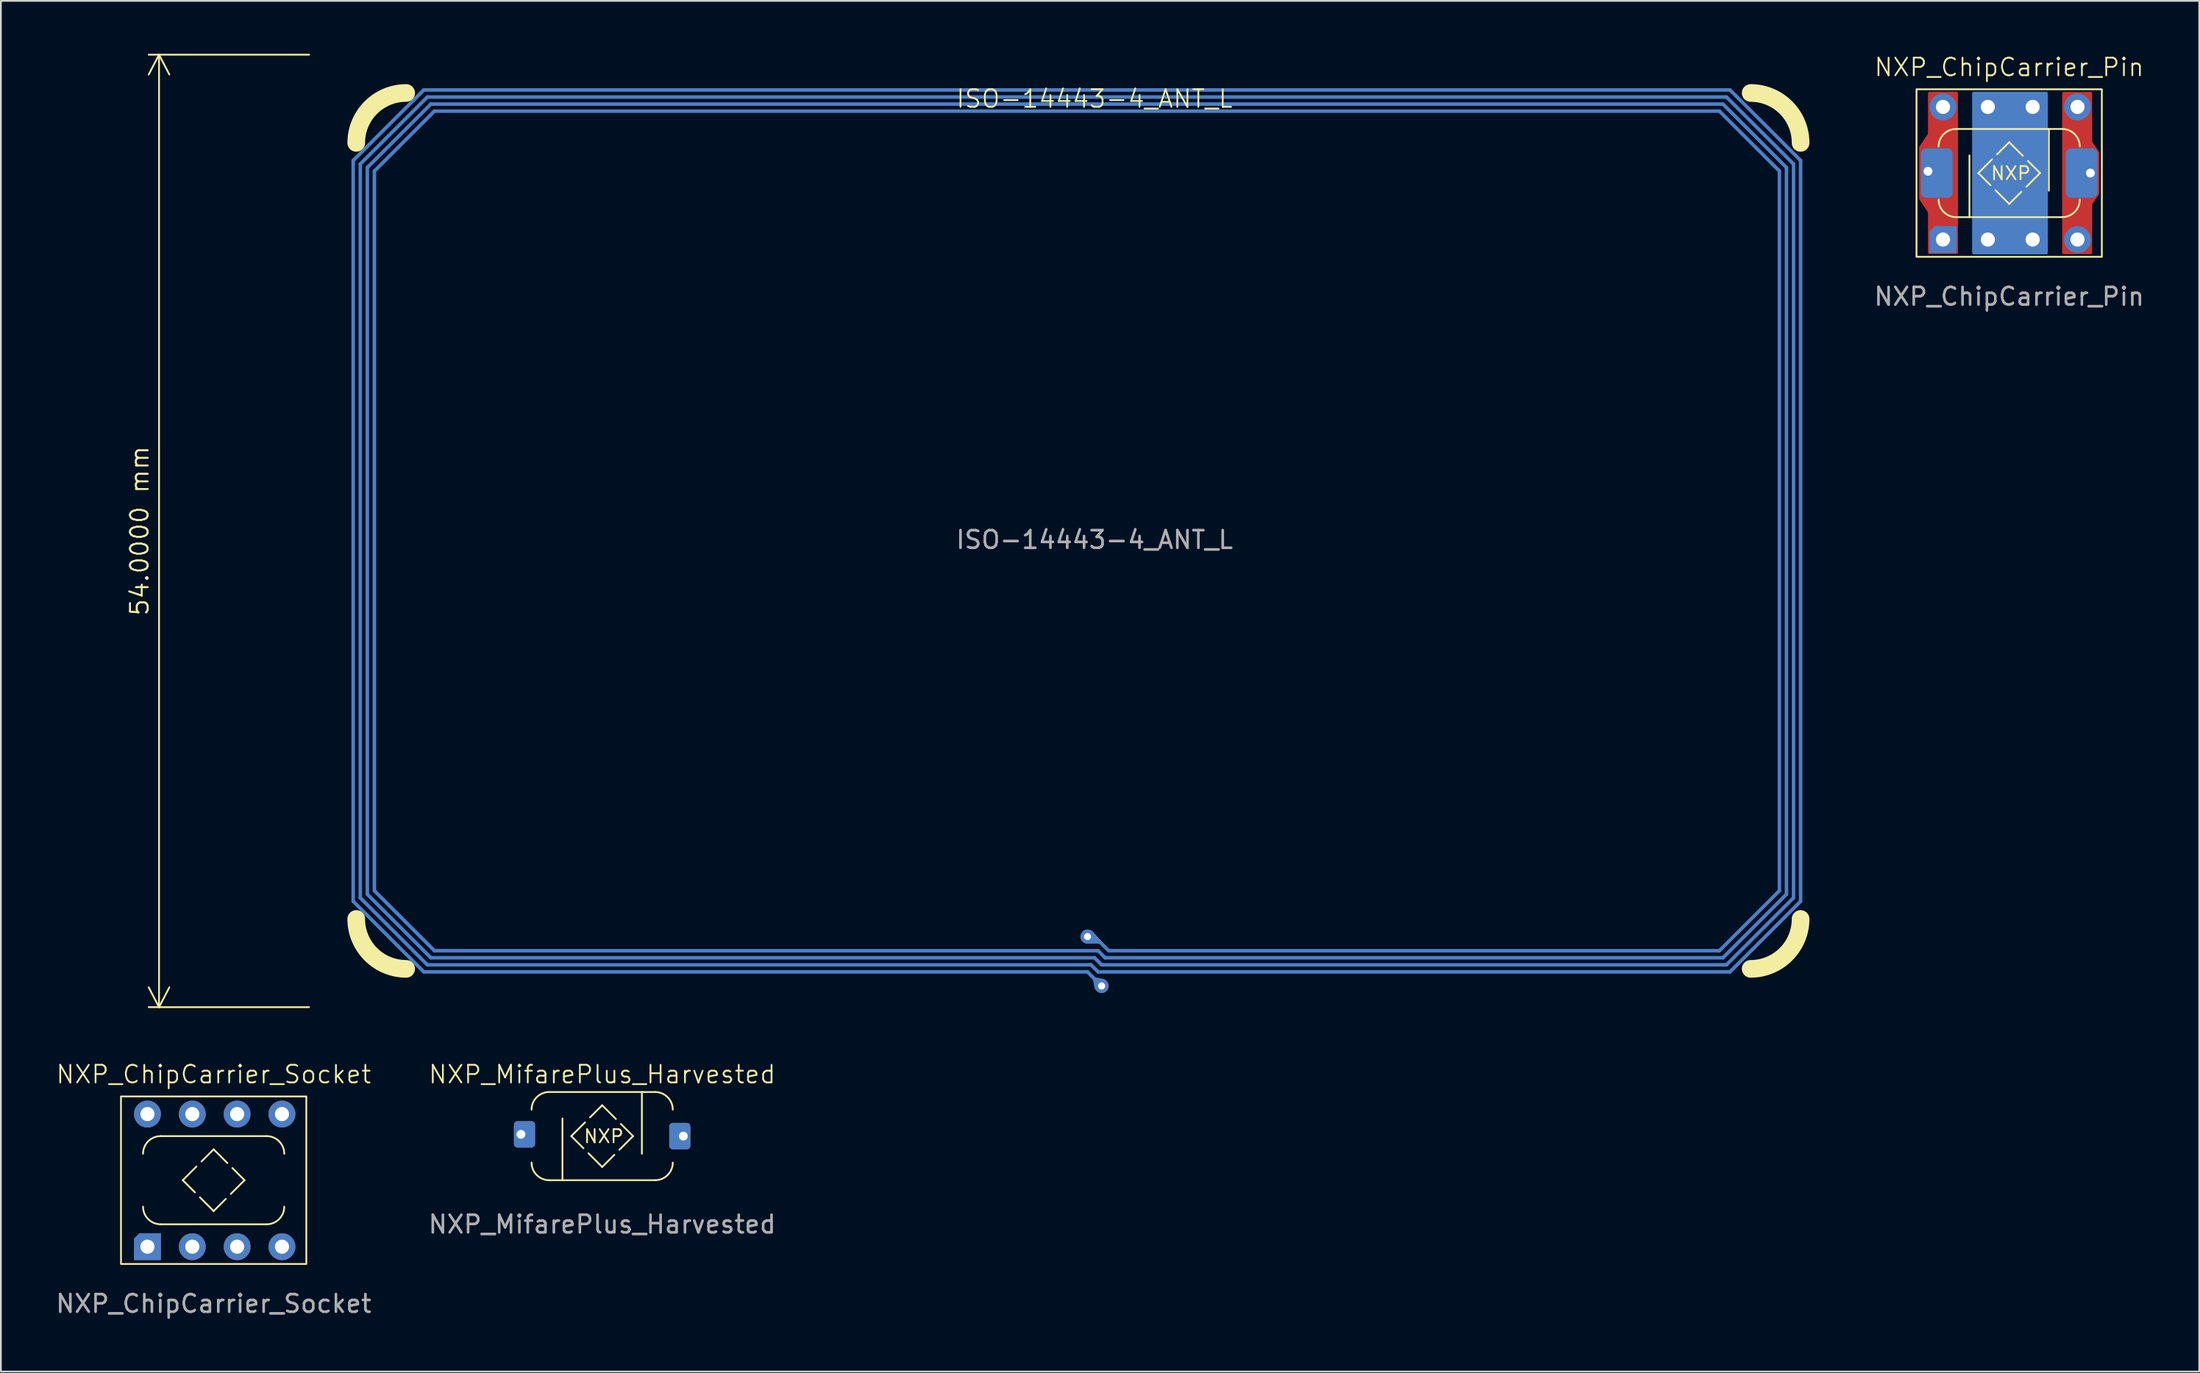
<source format=kicad_pcb>
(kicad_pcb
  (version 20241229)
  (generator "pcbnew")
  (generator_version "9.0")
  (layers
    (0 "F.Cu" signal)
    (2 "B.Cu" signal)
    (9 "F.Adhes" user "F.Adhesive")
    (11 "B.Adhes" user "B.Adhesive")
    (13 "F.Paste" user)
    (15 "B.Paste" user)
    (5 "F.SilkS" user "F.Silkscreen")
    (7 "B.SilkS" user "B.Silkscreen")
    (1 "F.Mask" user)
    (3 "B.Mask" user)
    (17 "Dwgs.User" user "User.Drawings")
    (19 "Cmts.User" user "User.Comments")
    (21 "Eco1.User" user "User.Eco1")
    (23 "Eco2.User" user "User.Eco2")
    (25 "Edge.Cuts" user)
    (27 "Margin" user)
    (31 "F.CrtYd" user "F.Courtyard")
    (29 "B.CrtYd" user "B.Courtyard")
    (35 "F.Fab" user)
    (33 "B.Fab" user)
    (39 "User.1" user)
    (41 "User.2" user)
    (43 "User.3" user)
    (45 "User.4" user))
  (footprint "NXP_ChipCarrier_Socket"
    (layer "F.Cu")
    (at 9.054 63.861)
    (property "Reference" "NXP_ChipCarrier_Socket" (at 0 -6 0) (unlocked yes) (layer "F.SilkS") (effects (font (size 1 1) (thickness 0.1))))
    (fp_line (start -3 2.5) (end 3 2.5) (stroke (width 0.1) (type default)) (layer "F.SilkS"))
    (fp_line (start 3 -2.5) (end -3 -2.5) (stroke (width 0.1) (type default)) (layer "F.SilkS"))
    (fp_rect (start -5.25 -4.75) (end 5.25 4.75) (stroke (width 0.1) (type default)) (fill no) (layer "F.SilkS"))
    (fp_arc (start -4 -1.5) (mid -3.707107 -2.207107) (end -3 -2.5) (stroke (width 0.1) (type default)) (layer "F.SilkS"))
    (fp_arc (start -3 2.5) (mid -3.707107 2.207107) (end -4 1.5) (stroke (width 0.1) (type default)) (layer "F.SilkS"))
    (fp_arc (start 3 -2.5) (mid 3.707107 -2.207107) (end 4 -1.5) (stroke (width 0.1) (type default)) (layer "F.SilkS"))
    (fp_arc (start 4 1.5) (mid 3.707107 2.207107) (end 3 2.5) (stroke (width 0.1) (type default)) (layer "F.SilkS"))
    (fp_poly (pts (xy -1.75 0) (xy 0 -1.75) (xy 1.75 0) (xy 0 1.75)) (stroke (width 0.1) (type dash)) (fill no) (layer "F.SilkS"))
    (fp_text user "${REFERENCE}" (at 0 7 0) (unlocked yes) (layer "F.Fab") (effects (font (size 1 1) (thickness 0.15))))
    (pad "1" thru_hole roundrect (at -3.75 3.77) (size 1.524 1.524) (drill 0.8) (layers "*.Cu" "*.Mask") (roundrect_rratio 0) (chamfer_ratio 0.2) (chamfer top_left))
    (pad "2" thru_hole circle (at -1.21 3.77) (size 1.524 1.524) (drill 0.8) (layers "*.Cu" "*.Mask"))
    (pad "3" thru_hole circle (at 1.33 3.77) (size 1.524 1.524) (drill 0.8) (layers "*.Cu" "*.Mask"))
    (pad "4" thru_hole circle (at 3.87 3.77) (size 1.524 1.524) (drill 0.8) (layers "*.Cu" "*.Mask"))
    (pad "5" thru_hole circle (at 3.87 -3.75) (size 1.524 1.524) (drill 0.8) (layers "*.Cu" "*.Mask"))
    (pad "6" thru_hole circle (at 1.33 -3.75) (size 1.524 1.524) (drill 0.8) (layers "*.Cu" "*.Mask"))
    (pad "7" thru_hole circle (at -1.21 -3.75) (size 1.524 1.524) (drill 0.8) (layers "*.Cu" "*.Mask"))
    (pad "8" thru_hole circle (at -3.75 -3.75) (size 1.524 1.524) (drill 0.8) (layers "*.Cu" "*.Mask")))
  (footprint "ISO-14443-4_ANT_L"
    (layer "F.Cu")
    (at 58.96 25.05)
    (property "Reference" "ISO-14443-4_ANT_L" (at 0 -22.5 0) (unlocked yes) (layer "F.SilkS") (effects (font (size 1 1) (thickness 0.1))))
    (attr smd)
    (fp_line (start -42 -19) (end -38 -23) (stroke (width 0.2) (type default)) (layer "B.Cu"))
    (fp_line (start -42 23) (end -42 -19) (stroke (width 0.2) (type default)) (layer "B.Cu"))
    (fp_line (start -41.6 -18.8) (end -37.8 -22.6) (stroke (width 0.2) (type default)) (layer "B.Cu"))
    (fp_line (start -41.6 22.8) (end -41.6 -18.8) (stroke (width 0.2) (type default)) (layer "B.Cu"))
    (fp_line (start -41.2 -18.6) (end -37.6 -22.2) (stroke (width 0.2) (type default)) (layer "B.Cu"))
    (fp_line (start -41.2 22.6) (end -41.2 -18.6) (stroke (width 0.2) (type default)) (layer "B.Cu"))
    (fp_line (start -40.8 -18.4) (end -37.4 -21.8) (stroke (width 0.2) (type default)) (layer "B.Cu"))
    (fp_line (start -40.8 22.4) (end -40.8 -18.4) (stroke (width 0.2) (type default)) (layer "B.Cu"))
    (fp_line (start -38 -23) (end 36 -23) (stroke (width 0.2) (type default)) (layer "B.Cu"))
    (fp_line (start -38 27) (end -42 23) (stroke (width 0.2) (type default)) (layer "B.Cu"))
    (fp_line (start -37.8 -22.6) (end 35.8 -22.6) (stroke (width 0.2) (type default)) (layer "B.Cu"))
    (fp_line (start -37.8 26.6) (end -41.6 22.8) (stroke (width 0.2) (type default)) (layer "B.Cu"))
    (fp_line (start -37.6 -22.2) (end 35.6 -22.2) (stroke (width 0.2) (type default)) (layer "B.Cu"))
    (fp_line (start -37.6 26.2) (end -41.2 22.6) (stroke (width 0.2) (type default)) (layer "B.Cu"))
    (fp_line (start -37.4 -21.8) (end 35.4 -21.8) (stroke (width 0.2) (type default)) (layer "B.Cu"))
    (fp_line (start -37.4 25.8) (end -40.8 22.4) (stroke (width 0.2) (type default)) (layer "B.Cu"))
    (fp_line (start -0.4 27) (end -38 27) (stroke (width 0.2) (type default)) (layer "B.Cu"))
    (fp_line (start -0.2 26.6) (end -37.8 26.6) (stroke (width 0.2) (type default)) (layer "B.Cu"))
    (fp_line (start 0 26.2) (end -37.6 26.2) (stroke (width 0.2) (type default)) (layer "B.Cu"))
    (fp_line (start 0.2 25.8) (end -37.4 25.8) (stroke (width 0.2) (type default)) (layer "B.Cu"))
    (fp_line (start 0.2 27) (end -0.2 26.6) (stroke (width 0.2) (type default)) (layer "B.Cu"))
    (fp_line (start 0.4 26.6) (end 0 26.2) (stroke (width 0.2) (type default)) (layer "B.Cu"))
    (fp_line (start 0.4 27.8) (end -0.4 27) (stroke (width 0.2) (type default)) (layer "B.Cu"))
    (fp_line (start 0.6 26.2) (end 0.2 25.8) (stroke (width 0.2) (type default)) (layer "B.Cu"))
    (fp_line (start 0.8 25.8) (end 0 25) (stroke (width 0.2) (type default)) (layer "B.Cu"))
    (fp_line (start 35.4 -21.8) (end 38.8 -18.4) (stroke (width 0.2) (type default)) (layer "B.Cu"))
    (fp_line (start 35.4 25.8) (end 0.8 25.8) (stroke (width 0.2) (type default)) (layer "B.Cu"))
    (fp_line (start 35.6 -22.2) (end 39.2 -18.6) (stroke (width 0.2) (type default)) (layer "B.Cu"))
    (fp_line (start 35.6 26.2) (end 0.6 26.2) (stroke (width 0.2) (type default)) (layer "B.Cu"))
    (fp_line (start 35.8 -22.6) (end 39.6 -18.8) (stroke (width 0.2) (type default)) (layer "B.Cu"))
    (fp_line (start 35.8 26.6) (end 0.4 26.6) (stroke (width 0.2) (type default)) (layer "B.Cu"))
    (fp_line (start 36 -23) (end 40 -19) (stroke (width 0.2) (type default)) (layer "B.Cu"))
    (fp_line (start 36 27) (end 0.2 27) (stroke (width 0.2) (type default)) (layer "B.Cu"))
    (fp_line (start 38.8 -18.4) (end 38.8 22.4) (stroke (width 0.2) (type default)) (layer "B.Cu"))
    (fp_line (start 38.8 22.4) (end 35.4 25.8) (stroke (width 0.2) (type default)) (layer "B.Cu"))
    (fp_line (start 39.2 -18.6) (end 39.2 22.6) (stroke (width 0.2) (type default)) (layer "B.Cu"))
    (fp_line (start 39.2 22.6) (end 35.6 26.2) (stroke (width 0.2) (type default)) (layer "B.Cu"))
    (fp_line (start 39.6 -18.8) (end 39.6 22.8) (stroke (width 0.2) (type default)) (layer "B.Cu"))
    (fp_line (start 39.6 22.8) (end 35.8 26.6) (stroke (width 0.2) (type default)) (layer "B.Cu"))
    (fp_line (start 40 -19) (end 40 23) (stroke (width 0.2) (type default)) (layer "B.Cu"))
    (fp_line (start 40 23) (end 36 27) (stroke (width 0.2) (type default)) (layer "B.Cu"))
    (fp_poly (pts (xy 0 27.4) (xy 0.1 27.9) (xy 0.4 27.8) (xy 0.5 27.5)) (stroke (width 0.2) (type solid)) (fill yes) (layer "B.Cu"))
    (fp_poly (pts (xy 0.3 25.3) (xy -0.2 24.757) (xy -0.485 25.007) (xy -0.4 25.3)) (stroke (width 0.2) (type solid)) (fill yes) (layer "B.Cu"))
    (fp_arc (start -41.828427 -20) (mid -41 -22) (end -39 -22.828427) (stroke (width 1) (type default)) (layer "F.SilkS"))
    (fp_arc (start -39 26.828427) (mid -41 26) (end -41.828427 24) (stroke (width 1) (type default)) (layer "F.SilkS"))
    (fp_arc (start 37.171573 -22.828427) (mid 39.171573 -22) (end 40 -20) (stroke (width 1) (type default)) (layer "F.SilkS"))
    (fp_arc (start 40 24) (mid 39.171573 26) (end 37.171573 26.828427) (stroke (width 1) (type default)) (layer "F.SilkS"))
    (fp_line (start -43 -24) (end -43 28.5) (stroke (width 0.1) (type default)) (layer "Margin"))
    (fp_line (start -43 28.5) (end 41 28.5) (stroke (width 0.1) (type default)) (layer "Margin"))
    (fp_line (start -40 -18.5) (end -37.5 -21) (stroke (width 0.1) (type default)) (layer "Margin"))
    (fp_line (start -40 22) (end -40 -18.5) (stroke (width 0.1) (type default)) (layer "Margin"))
    (fp_line (start -37.5 -21) (end 35.5 -21) (stroke (width 0.1) (type default)) (layer "Margin"))
    (fp_line (start -37.5 24.5) (end -40 22) (stroke (width 0.1) (type default)) (layer "Margin"))
    (fp_line (start 0 24.5) (end -37.5 24.5) (stroke (width 0.1) (type default)) (layer "Margin"))
    (fp_line (start 35.5 -21) (end 38 -18.5) (stroke (width 0.1) (type default)) (layer "Margin"))
    (fp_line (start 35.5 24.5) (end 0 24.5) (stroke (width 0.1) (type default)) (layer "Margin"))
    (fp_line (start 38 -18.5) (end 38 22) (stroke (width 0.1) (type default)) (layer "Margin"))
    (fp_line (start 38 22) (end 35.5 24.5) (stroke (width 0.1) (type default)) (layer "Margin"))
    (fp_line (start 41 -24) (end -43 -24) (stroke (width 0.1) (type default)) (layer "Margin"))
    (fp_line (start 41 28.5) (end 41 -24) (stroke (width 0.1) (type default)) (layer "Margin"))
    (fp_text user "${REFERENCE}" (at 0 2.5 0) (unlocked yes) (layer "F.Fab") (effects (font (size 1 1) (thickness 0.15))))
    (dimension (type aligned) (layer "F.SilkS") (pts (xy 14.96 0.05) (xy 14.96 54.05)) (height 9) (format (prefix "") (suffix "") (units 3) (units_format 1) (precision 4)) (style (thickness 0.1) (arrow_length 1.27) (text_position_mode 0) (arrow_direction outward) (extension_height 0.586) (extension_offset 0.5) (keep_text_aligned yes)) (gr_text "54.0000 mm" (at 4.86 27.05 90) (layer "F.SilkS") (effects (font (size 1 1) (thickness 0.1)))))
    (pad "1" thru_hole circle (at 0.4 27.8) (size 0.8 0.8) (drill 0.4) (layers "*.Cu" "*.Mask"))
    (pad "2" thru_hole circle (at -0.4 25) (size 0.8 0.8) (drill 0.4) (layers "*.Cu" "*.Mask")))
  (footprint "NXP_ChipCarrier_Pin"
    (layer "F.Cu")
    (at 110.777 6.761)
    (property "Reference" "NXP_ChipCarrier_Pin" (at 0 -6 0) (unlocked yes) (layer "F.SilkS") (effects (font (size 1 1) (thickness 0.1))))
    (fp_rect (start -4.5 -4.512) (end -3 4.488) (stroke (width 0.2) (type solid)) (fill yes) (layer "F.Cu"))
    (fp_rect (start 3.1 -4.5) (end 4.6 4.5) (stroke (width 0.2) (type solid)) (fill yes) (layer "F.Cu"))
    (fp_poly (pts (xy -5 1.45) (xy -4.5 2.2) (xy -4.5 -2.2) (xy -5 -1.45)) (stroke (width 0.2) (type solid)) (fill yes) (layer "F.Cu"))
    (fp_poly (pts (xy 5 1.15) (xy 4.5 1.9) (xy 4.5 -1.9) (xy 5 -1.15)) (stroke (width 0.2) (type solid)) (fill yes) (layer "F.Cu"))
    (fp_rect (start -2 -4.51) (end 2.092 4.51) (stroke (width 0.2) (type solid)) (fill yes) (layer "B.Cu"))
    (fp_line (start -3 2.5) (end 3 2.5) (stroke (width 0.1) (type default)) (layer "F.SilkS"))
    (fp_line (start -2.25 2.5) (end -2.25 -1) (stroke (width 0.1) (type default)) (layer "F.SilkS"))
    (fp_line (start 2.25 -2.5) (end 2.25 1) (stroke (width 0.1) (type default)) (layer "F.SilkS"))
    (fp_line (start 3 -2.5) (end -3 -2.5) (stroke (width 0.1) (type default)) (layer "F.SilkS"))
    (fp_rect (start -5.25 -4.75) (end 5.25 4.75) (stroke (width 0.1) (type default)) (fill no) (layer "F.SilkS"))
    (fp_arc (start -4 -1.5) (mid -3.707107 -2.207107) (end -3 -2.5) (stroke (width 0.1) (type default)) (layer "F.SilkS"))
    (fp_arc (start -3 2.5) (mid -3.707107 2.207107) (end -4 1.5) (stroke (width 0.1) (type default)) (layer "F.SilkS"))
    (fp_arc (start 3 -2.5) (mid 3.707107 -2.207107) (end 4 -1.5) (stroke (width 0.1) (type default)) (layer "F.SilkS"))
    (fp_arc (start 4 1.5) (mid 3.707107 2.207107) (end 3 2.5) (stroke (width 0.1) (type default)) (layer "F.SilkS"))
    (fp_poly (pts (xy -1.75 0) (xy 0 -1.75) (xy 1.75 0) (xy 0 1.75)) (stroke (width 0.1) (type dash)) (fill no) (layer "F.SilkS"))
    (fp_text user "NXP" (at -1.1 0.45 0) (unlocked yes) (layer "F.SilkS") (effects (font (size 0.75 0.75) (thickness 0.1)) (justify left bottom)))
    (fp_text user "${REFERENCE}" (at 0 7 0) (unlocked yes) (layer "F.Fab") (effects (font (size 1 1) (thickness 0.15))))
    (pad "" thru_hole roundrect (at -4.6 -0.1) (size 1.8 2.8) (drill 0.5 (offset 0.5 0.1)) (layers "*.Cu" "*.Mask") (roundrect_rratio 0.167))
    (pad "" thru_hole roundrect (at 4.6 0) (size 1.8 2.8) (drill 0.5 (offset -0.5 0)) (layers "*.Cu" "*.Mask") (roundrect_rratio 0.167))
    (pad "1" thru_hole roundrect (at -3.75 3.77) (size 1.524 1.524) (drill 0.8) (layers "*.Cu" "*.Mask") (roundrect_rratio 0) (chamfer_ratio 0.2) (chamfer top_left))
    (pad "2" thru_hole circle (at -1.21 3.77) (size 1.524 1.524) (drill 0.8) (layers "*.Cu" "*.Mask"))
    (pad "3" thru_hole circle (at 1.33 3.77) (size 1.524 1.524) (drill 0.8) (layers "*.Cu" "*.Mask"))
    (pad "4" thru_hole circle (at 3.87 3.77) (size 1.524 1.524) (drill 0.8) (layers "*.Cu" "*.Mask"))
    (pad "5" thru_hole circle (at 3.87 -3.75) (size 1.524 1.524) (drill 0.8) (layers "*.Cu" "*.Mask"))
    (pad "6" thru_hole circle (at 1.33 -3.75) (size 1.524 1.524) (drill 0.8) (layers "*.Cu" "*.Mask"))
    (pad "7" thru_hole circle (at -1.21 -3.75) (size 1.524 1.524) (drill 0.8) (layers "*.Cu" "*.Mask"))
    (pad "8" thru_hole circle (at -3.75 -3.75) (size 1.524 1.524) (drill 0.8) (layers "*.Cu" "*.Mask")))
  (footprint "NXP_MifarePlus_Harvested"
    (layer "F.Cu")
    (at 31.065 61.361)
    (property "Reference" "NXP_MifarePlus_Harvested" (at 0 -3.5 0) (unlocked yes) (layer "F.SilkS") (effects (font (size 1 1) (thickness 0.1))))
    (fp_line (start -3 2.5) (end 3 2.5) (stroke (width 0.1) (type default)) (layer "F.SilkS"))
    (fp_line (start -2.25 2.5) (end -2.25 -1) (stroke (width 0.1) (type default)) (layer "F.SilkS"))
    (fp_line (start 2.25 -2.5) (end 2.25 1) (stroke (width 0.1) (type default)) (layer "F.SilkS"))
    (fp_line (start 3 -2.5) (end -3 -2.5) (stroke (width 0.1) (type default)) (layer "F.SilkS"))
    (fp_arc (start -4 -1.5) (mid -3.707107 -2.207107) (end -3 -2.5) (stroke (width 0.1) (type default)) (layer "F.SilkS"))
    (fp_arc (start -3 2.5) (mid -3.707107 2.207107) (end -4 1.5) (stroke (width 0.1) (type default)) (layer "F.SilkS"))
    (fp_arc (start 3 -2.5) (mid 3.707107 -2.207107) (end 4 -1.5) (stroke (width 0.1) (type default)) (layer "F.SilkS"))
    (fp_arc (start 4 1.5) (mid 3.707107 2.207107) (end 3 2.5) (stroke (width 0.1) (type default)) (layer "F.SilkS"))
    (fp_poly (pts (xy -1.75 0) (xy 0 -1.75) (xy 1.75 0) (xy 0 1.75)) (stroke (width 0.1) (type dash)) (fill no) (layer "F.SilkS"))
    (fp_text user "NXP" (at -1.1 0.45 0) (unlocked yes) (layer "F.SilkS") (effects (font (size 0.75 0.75) (thickness 0.1)) (justify left bottom)))
    (fp_text user "${REFERENCE}" (at 0 5 0) (unlocked yes) (layer "F.Fab") (effects (font (size 1 1) (thickness 0.15))))
    (pad "1" thru_hole roundrect (at -4.6 -0.1) (size 1.2 1.5) (drill 0.5 (offset 0.2 0)) (layers "*.Cu" "*.Mask") (roundrect_rratio 0.167))
    (pad "2" thru_hole roundrect (at 4.6 0) (size 1.2 1.5) (drill 0.5 (offset -0.2 0)) (layers "*.Cu" "*.Mask") (roundrect_rratio 0.167)))
  (gr_rect
    (start -3 -3)
    (end 121.545 74.709)
    (stroke (width 0.1) (type default))
    (fill no)
    (layer "Edge.Cuts")))
</source>
